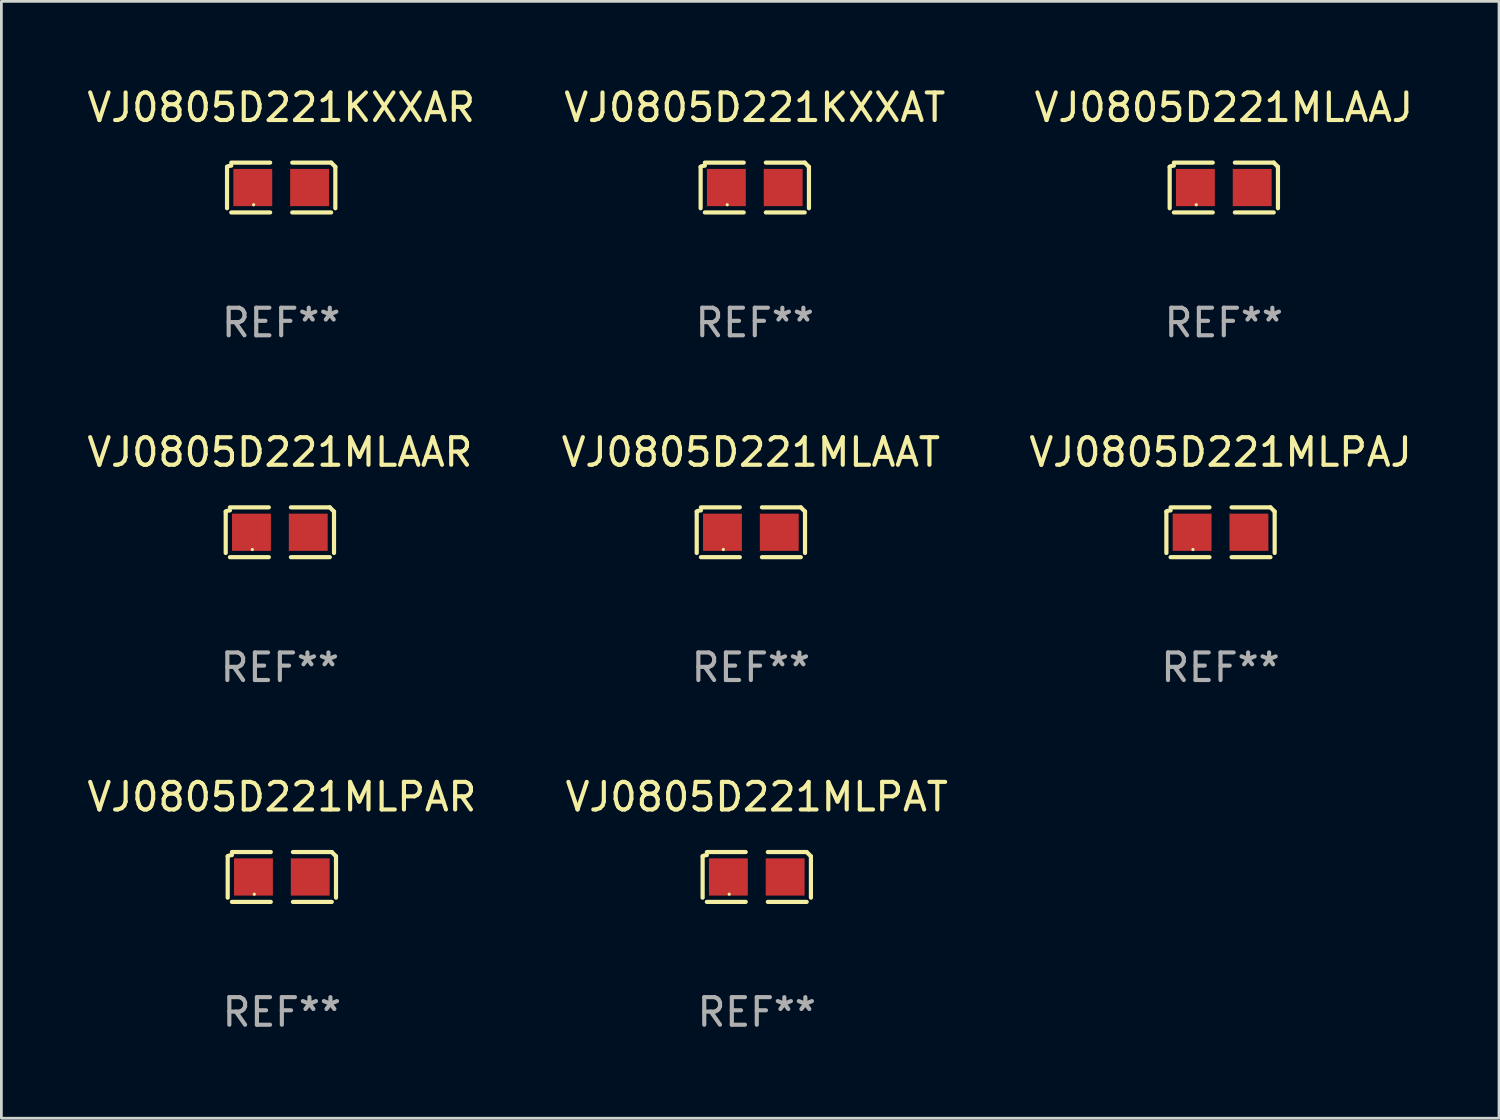
<source format=kicad_pcb>
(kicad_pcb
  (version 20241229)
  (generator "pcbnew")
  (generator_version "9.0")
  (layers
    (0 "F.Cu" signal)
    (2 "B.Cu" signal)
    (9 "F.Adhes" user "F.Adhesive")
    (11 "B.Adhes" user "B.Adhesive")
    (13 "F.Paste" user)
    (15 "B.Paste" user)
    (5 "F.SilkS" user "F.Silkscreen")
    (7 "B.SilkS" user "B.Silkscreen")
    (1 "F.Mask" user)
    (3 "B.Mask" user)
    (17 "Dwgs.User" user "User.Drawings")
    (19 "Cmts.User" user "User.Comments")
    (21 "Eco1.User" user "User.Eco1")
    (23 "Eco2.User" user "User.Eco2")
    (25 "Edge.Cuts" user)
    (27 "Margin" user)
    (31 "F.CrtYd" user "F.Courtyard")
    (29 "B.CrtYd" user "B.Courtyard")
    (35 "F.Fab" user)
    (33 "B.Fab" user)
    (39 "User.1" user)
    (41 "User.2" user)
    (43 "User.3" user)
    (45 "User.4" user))
  (footprint "VJ0805D221KXXAT"
    (layer "F.Cu")
    (at 24.327 3.752)
    (property "Reference" "VJ0805D221KXXAT" (at 0 -2.904 0) (layer "F.SilkS") (effects (font (size 1 1) (thickness 0.15))))
    (attr through_hole)
    (fp_line (start -1.964 0.751) (end -1.964 -0.751) (stroke (width 0.152) (type solid)) (layer "F.SilkS"))
    (fp_line (start -1.811 -0.904) (end -0.401 -0.904) (stroke (width 0.152) (type solid)) (layer "F.SilkS"))
    (fp_line (start -0.401 0.904) (end -1.811 0.904) (stroke (width 0.152) (type solid)) (layer "F.SilkS"))
    (fp_line (start 0.401 0.904) (end 1.811 0.904) (stroke (width 0.152) (type solid)) (layer "F.SilkS"))
    (fp_line (start 1.811 -0.904) (end 0.401 -0.904) (stroke (width 0.152) (type solid)) (layer "F.SilkS"))
    (fp_line (start 1.964 0.751) (end 1.964 -0.751) (stroke (width 0.152) (type solid)) (layer "F.SilkS"))
    (fp_arc (start -1.963602 -0.751207) (mid -1.890354 -0.783131) (end -1.811201 -0.794044) (stroke (width 0.1524) (type solid)) (layer "F.SilkS"))
    (fp_arc (start 1.811202 -0.903607) (mid 1.887413 -0.827418) (end 1.963602 -0.751207) (stroke (width 0.1524) (type solid)) (layer "F.SilkS"))
    (fp_circle (center -1 0.625) (end -0.97 0.625) (stroke (width 0.06) (type solid)) (fill no) (layer "F.SilkS"))
    (fp_text user "REF**" (at 0 4.904 0) (layer "F.Fab") (effects (font (size 1 1) (thickness 0.15))))
    (pad "1" smd rect (at -1.03 0) (size 1.41 1.35) (layers "F.Cu" "F.Mask" "F.Paste"))
    (pad "2" smd rect (at 1.03 0) (size 1.41 1.35) (layers "F.Cu" "F.Mask" "F.Paste")))
  (footprint "VJ0805D221MLPAT"
    (layer "F.Cu")
    (at 24.399 28.759)
    (property "Reference" "VJ0805D221MLPAT" (at 0 -2.904 0) (layer "F.SilkS") (effects (font (size 1 1) (thickness 0.15))))
    (attr through_hole)
    (fp_line (start -1.964 0.751) (end -1.964 -0.751) (stroke (width 0.152) (type solid)) (layer "F.SilkS"))
    (fp_line (start -1.811 -0.904) (end -0.401 -0.904) (stroke (width 0.152) (type solid)) (layer "F.SilkS"))
    (fp_line (start -0.401 0.904) (end -1.811 0.904) (stroke (width 0.152) (type solid)) (layer "F.SilkS"))
    (fp_line (start 0.401 0.904) (end 1.811 0.904) (stroke (width 0.152) (type solid)) (layer "F.SilkS"))
    (fp_line (start 1.811 -0.904) (end 0.401 -0.904) (stroke (width 0.152) (type solid)) (layer "F.SilkS"))
    (fp_line (start 1.964 0.751) (end 1.964 -0.751) (stroke (width 0.152) (type solid)) (layer "F.SilkS"))
    (fp_arc (start -1.963602 -0.751207) (mid -1.890354 -0.783131) (end -1.811201 -0.794044) (stroke (width 0.1524) (type solid)) (layer "F.SilkS"))
    (fp_arc (start 1.811202 -0.903607) (mid 1.887413 -0.827418) (end 1.963602 -0.751207) (stroke (width 0.1524) (type solid)) (layer "F.SilkS"))
    (fp_circle (center -1 0.625) (end -0.97 0.625) (stroke (width 0.06) (type solid)) (fill no) (layer "F.SilkS"))
    (fp_text user "REF**" (at 0 4.904 0) (layer "F.Fab") (effects (font (size 1 1) (thickness 0.15))))
    (pad "1" smd rect (at -1.03 0) (size 1.41 1.35) (layers "F.Cu" "F.Mask" "F.Paste"))
    (pad "2" smd rect (at 1.03 0) (size 1.41 1.35) (layers "F.Cu" "F.Mask" "F.Paste")))
  (footprint "VJ0805D221MLAAR"
    (layer "F.Cu")
    (at 7.101 16.256)
    (property "Reference" "VJ0805D221MLAAR" (at 0 -2.904 0) (layer "F.SilkS") (effects (font (size 1 1) (thickness 0.15))))
    (attr through_hole)
    (fp_line (start -1.964 0.751) (end -1.964 -0.751) (stroke (width 0.152) (type solid)) (layer "F.SilkS"))
    (fp_line (start -1.811 -0.904) (end -0.401 -0.904) (stroke (width 0.152) (type solid)) (layer "F.SilkS"))
    (fp_line (start -0.401 0.904) (end -1.811 0.904) (stroke (width 0.152) (type solid)) (layer "F.SilkS"))
    (fp_line (start 0.401 0.904) (end 1.811 0.904) (stroke (width 0.152) (type solid)) (layer "F.SilkS"))
    (fp_line (start 1.811 -0.904) (end 0.401 -0.904) (stroke (width 0.152) (type solid)) (layer "F.SilkS"))
    (fp_line (start 1.964 0.751) (end 1.964 -0.751) (stroke (width 0.152) (type solid)) (layer "F.SilkS"))
    (fp_arc (start -1.963602 -0.751207) (mid -1.890354 -0.783131) (end -1.811201 -0.794044) (stroke (width 0.1524) (type solid)) (layer "F.SilkS"))
    (fp_arc (start 1.811202 -0.903607) (mid 1.887413 -0.827418) (end 1.963602 -0.751207) (stroke (width 0.1524) (type solid)) (layer "F.SilkS"))
    (fp_circle (center -1 0.625) (end -0.97 0.625) (stroke (width 0.06) (type solid)) (fill no) (layer "F.SilkS"))
    (fp_text user "REF**" (at 0 4.904 0) (layer "F.Fab") (effects (font (size 1 1) (thickness 0.15))))
    (pad "1" smd rect (at -1.03 0) (size 1.41 1.35) (layers "F.Cu" "F.Mask" "F.Paste"))
    (pad "2" smd rect (at 1.03 0) (size 1.41 1.35) (layers "F.Cu" "F.Mask" "F.Paste")))
  (footprint "VJ0805D221MLAAT"
    (layer "F.Cu")
    (at 24.185 16.256)
    (property "Reference" "VJ0805D221MLAAT" (at 0 -2.904 0) (layer "F.SilkS") (effects (font (size 1 1) (thickness 0.15))))
    (attr through_hole)
    (fp_line (start -1.964 0.751) (end -1.964 -0.751) (stroke (width 0.152) (type solid)) (layer "F.SilkS"))
    (fp_line (start -1.811 -0.904) (end -0.401 -0.904) (stroke (width 0.152) (type solid)) (layer "F.SilkS"))
    (fp_line (start -0.401 0.904) (end -1.811 0.904) (stroke (width 0.152) (type solid)) (layer "F.SilkS"))
    (fp_line (start 0.401 0.904) (end 1.811 0.904) (stroke (width 0.152) (type solid)) (layer "F.SilkS"))
    (fp_line (start 1.811 -0.904) (end 0.401 -0.904) (stroke (width 0.152) (type solid)) (layer "F.SilkS"))
    (fp_line (start 1.964 0.751) (end 1.964 -0.751) (stroke (width 0.152) (type solid)) (layer "F.SilkS"))
    (fp_arc (start -1.963602 -0.751207) (mid -1.890354 -0.783131) (end -1.811201 -0.794044) (stroke (width 0.1524) (type solid)) (layer "F.SilkS"))
    (fp_arc (start 1.811202 -0.903607) (mid 1.887413 -0.827418) (end 1.963602 -0.751207) (stroke (width 0.1524) (type solid)) (layer "F.SilkS"))
    (fp_circle (center -1 0.625) (end -0.97 0.625) (stroke (width 0.06) (type solid)) (fill no) (layer "F.SilkS"))
    (fp_text user "REF**" (at 0 4.904 0) (layer "F.Fab") (effects (font (size 1 1) (thickness 0.15))))
    (pad "1" smd rect (at -1.03 0) (size 1.41 1.35) (layers "F.Cu" "F.Mask" "F.Paste"))
    (pad "2" smd rect (at 1.03 0) (size 1.41 1.35) (layers "F.Cu" "F.Mask" "F.Paste")))
  (footprint "VJ0805D221MLAAJ"
    (layer "F.Cu")
    (at 41.339 3.752)
    (property "Reference" "VJ0805D221MLAAJ" (at 0 -2.904 0) (layer "F.SilkS") (effects (font (size 1 1) (thickness 0.15))))
    (attr through_hole)
    (fp_line (start -1.964 0.751) (end -1.964 -0.751) (stroke (width 0.152) (type solid)) (layer "F.SilkS"))
    (fp_line (start -1.811 -0.904) (end -0.401 -0.904) (stroke (width 0.152) (type solid)) (layer "F.SilkS"))
    (fp_line (start -0.401 0.904) (end -1.811 0.904) (stroke (width 0.152) (type solid)) (layer "F.SilkS"))
    (fp_line (start 0.401 0.904) (end 1.811 0.904) (stroke (width 0.152) (type solid)) (layer "F.SilkS"))
    (fp_line (start 1.811 -0.904) (end 0.401 -0.904) (stroke (width 0.152) (type solid)) (layer "F.SilkS"))
    (fp_line (start 1.964 0.751) (end 1.964 -0.751) (stroke (width 0.152) (type solid)) (layer "F.SilkS"))
    (fp_arc (start -1.963602 -0.751207) (mid -1.890354 -0.783131) (end -1.811201 -0.794044) (stroke (width 0.1524) (type solid)) (layer "F.SilkS"))
    (fp_arc (start 1.811202 -0.903607) (mid 1.887413 -0.827418) (end 1.963602 -0.751207) (stroke (width 0.1524) (type solid)) (layer "F.SilkS"))
    (fp_circle (center -1 0.625) (end -0.97 0.625) (stroke (width 0.06) (type solid)) (fill no) (layer "F.SilkS"))
    (fp_text user "REF**" (at 0 4.904 0) (layer "F.Fab") (effects (font (size 1 1) (thickness 0.15))))
    (pad "1" smd rect (at -1.03 0) (size 1.41 1.35) (layers "F.Cu" "F.Mask" "F.Paste"))
    (pad "2" smd rect (at 1.03 0) (size 1.41 1.35) (layers "F.Cu" "F.Mask" "F.Paste")))
  (footprint "VJ0805D221MLPAJ"
    (layer "F.Cu")
    (at 41.22 16.256)
    (property "Reference" "VJ0805D221MLPAJ" (at 0 -2.904 0) (layer "F.SilkS") (effects (font (size 1 1) (thickness 0.15))))
    (attr through_hole)
    (fp_line (start -1.964 0.751) (end -1.964 -0.751) (stroke (width 0.152) (type solid)) (layer "F.SilkS"))
    (fp_line (start -1.811 -0.904) (end -0.401 -0.904) (stroke (width 0.152) (type solid)) (layer "F.SilkS"))
    (fp_line (start -0.401 0.904) (end -1.811 0.904) (stroke (width 0.152) (type solid)) (layer "F.SilkS"))
    (fp_line (start 0.401 0.904) (end 1.811 0.904) (stroke (width 0.152) (type solid)) (layer "F.SilkS"))
    (fp_line (start 1.811 -0.904) (end 0.401 -0.904) (stroke (width 0.152) (type solid)) (layer "F.SilkS"))
    (fp_line (start 1.964 0.751) (end 1.964 -0.751) (stroke (width 0.152) (type solid)) (layer "F.SilkS"))
    (fp_arc (start -1.963602 -0.751207) (mid -1.890354 -0.783131) (end -1.811201 -0.794044) (stroke (width 0.1524) (type solid)) (layer "F.SilkS"))
    (fp_arc (start 1.811202 -0.903607) (mid 1.887413 -0.827418) (end 1.963602 -0.751207) (stroke (width 0.1524) (type solid)) (layer "F.SilkS"))
    (fp_circle (center -1 0.625) (end -0.97 0.625) (stroke (width 0.06) (type solid)) (fill no) (layer "F.SilkS"))
    (fp_text user "REF**" (at 0 4.904 0) (layer "F.Fab") (effects (font (size 1 1) (thickness 0.15))))
    (pad "1" smd rect (at -1.03 0) (size 1.41 1.35) (layers "F.Cu" "F.Mask" "F.Paste"))
    (pad "2" smd rect (at 1.03 0) (size 1.41 1.35) (layers "F.Cu" "F.Mask" "F.Paste")))
  (footprint "VJ0805D221KXXAR"
    (layer "F.Cu")
    (at 7.149 3.752)
    (property "Reference" "VJ0805D221KXXAR" (at 0 -2.904 0) (layer "F.SilkS") (effects (font (size 1 1) (thickness 0.15))))
    (attr through_hole)
    (fp_line (start -1.964 0.751) (end -1.964 -0.751) (stroke (width 0.152) (type solid)) (layer "F.SilkS"))
    (fp_line (start -1.811 -0.904) (end -0.401 -0.904) (stroke (width 0.152) (type solid)) (layer "F.SilkS"))
    (fp_line (start -0.401 0.904) (end -1.811 0.904) (stroke (width 0.152) (type solid)) (layer "F.SilkS"))
    (fp_line (start 0.401 0.904) (end 1.811 0.904) (stroke (width 0.152) (type solid)) (layer "F.SilkS"))
    (fp_line (start 1.811 -0.904) (end 0.401 -0.904) (stroke (width 0.152) (type solid)) (layer "F.SilkS"))
    (fp_line (start 1.964 0.751) (end 1.964 -0.751) (stroke (width 0.152) (type solid)) (layer "F.SilkS"))
    (fp_arc (start -1.963602 -0.751207) (mid -1.890354 -0.783131) (end -1.811201 -0.794044) (stroke (width 0.1524) (type solid)) (layer "F.SilkS"))
    (fp_arc (start 1.811202 -0.903607) (mid 1.887413 -0.827418) (end 1.963602 -0.751207) (stroke (width 0.1524) (type solid)) (layer "F.SilkS"))
    (fp_circle (center -1 0.625) (end -0.97 0.625) (stroke (width 0.06) (type solid)) (fill no) (layer "F.SilkS"))
    (fp_text user "REF**" (at 0 4.904 0) (layer "F.Fab") (effects (font (size 1 1) (thickness 0.15))))
    (pad "1" smd rect (at -1.03 0) (size 1.41 1.35) (layers "F.Cu" "F.Mask" "F.Paste"))
    (pad "2" smd rect (at 1.03 0) (size 1.41 1.35) (layers "F.Cu" "F.Mask" "F.Paste")))
  (footprint "VJ0805D221MLPAR"
    (layer "F.Cu")
    (at 7.173 28.759)
    (property "Reference" "VJ0805D221MLPAR" (at 0 -2.904 0) (layer "F.SilkS") (effects (font (size 1 1) (thickness 0.15))))
    (attr through_hole)
    (fp_line (start -1.964 0.751) (end -1.964 -0.751) (stroke (width 0.152) (type solid)) (layer "F.SilkS"))
    (fp_line (start -1.811 -0.904) (end -0.401 -0.904) (stroke (width 0.152) (type solid)) (layer "F.SilkS"))
    (fp_line (start -0.401 0.904) (end -1.811 0.904) (stroke (width 0.152) (type solid)) (layer "F.SilkS"))
    (fp_line (start 0.401 0.904) (end 1.811 0.904) (stroke (width 0.152) (type solid)) (layer "F.SilkS"))
    (fp_line (start 1.811 -0.904) (end 0.401 -0.904) (stroke (width 0.152) (type solid)) (layer "F.SilkS"))
    (fp_line (start 1.964 0.751) (end 1.964 -0.751) (stroke (width 0.152) (type solid)) (layer "F.SilkS"))
    (fp_arc (start -1.963602 -0.751207) (mid -1.890354 -0.783131) (end -1.811201 -0.794044) (stroke (width 0.1524) (type solid)) (layer "F.SilkS"))
    (fp_arc (start 1.811202 -0.903607) (mid 1.887413 -0.827418) (end 1.963602 -0.751207) (stroke (width 0.1524) (type solid)) (layer "F.SilkS"))
    (fp_circle (center -1 0.625) (end -0.97 0.625) (stroke (width 0.06) (type solid)) (fill no) (layer "F.SilkS"))
    (fp_text user "REF**" (at 0 4.904 0) (layer "F.Fab") (effects (font (size 1 1) (thickness 0.15))))
    (pad "1" smd rect (at -1.03 0) (size 1.41 1.35) (layers "F.Cu" "F.Mask" "F.Paste"))
    (pad "2" smd rect (at 1.03 0) (size 1.41 1.35) (layers "F.Cu" "F.Mask" "F.Paste")))
  (gr_rect
    (start -3 -3)
    (end 51.321 37.511)
    (stroke (width 0.1) (type default))
    (fill no)
    (layer "Edge.Cuts")))
</source>
